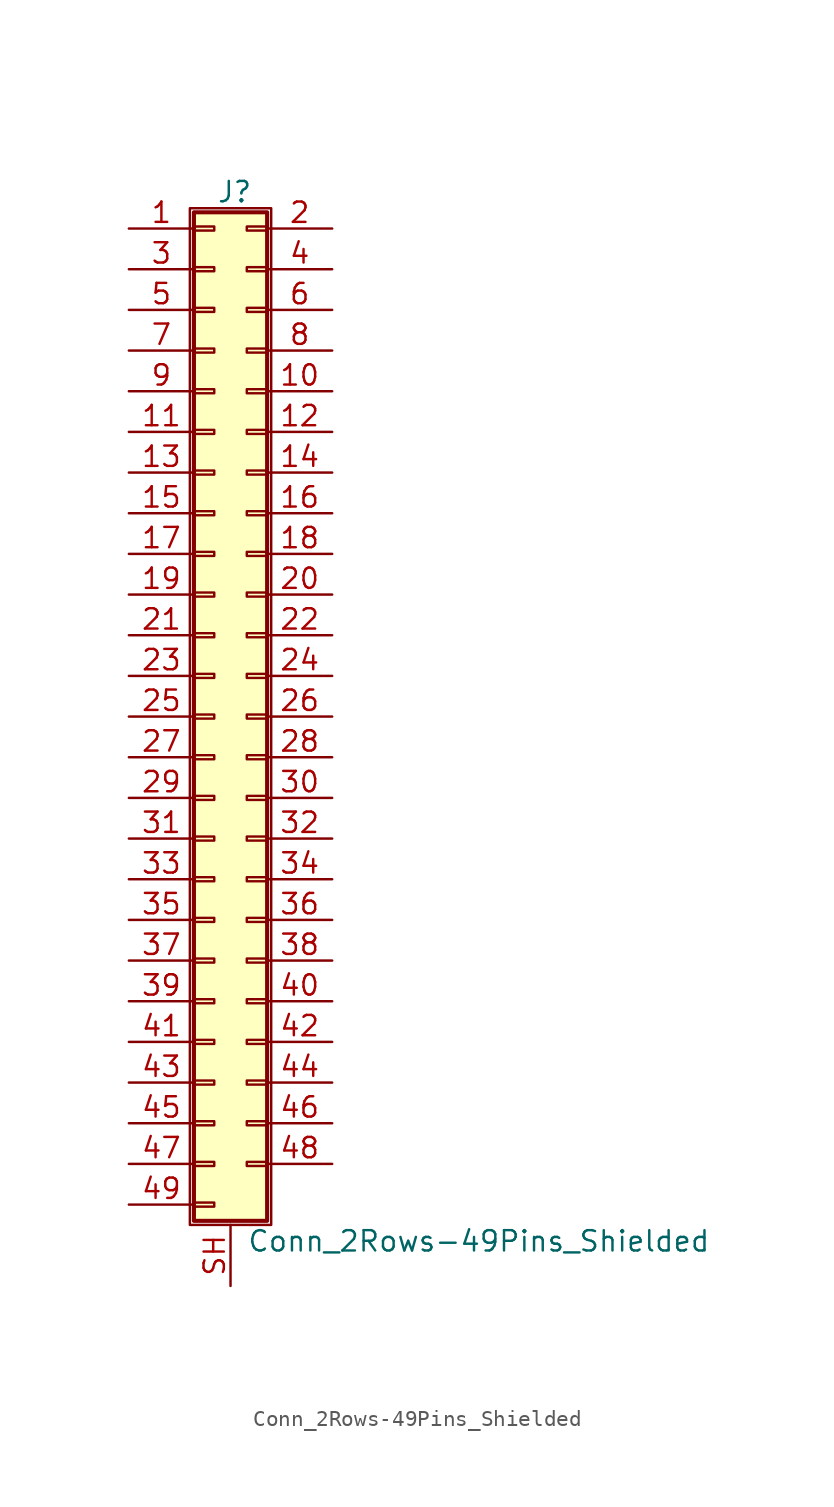
<source format=kicad_sym>
(kicad_symbol_lib
  (version 20200908)
  (generator kicad_symbol_editor)
  (symbol "Connector_Generic_Shielded:Conn_2Rows-49Pins_Shielded"
    (pin_names
      (offset 1.016) hide)
    (property "Reference" "J"
      (at 1.524 32.766 0)
      (effects (font (size 1.27 1.27))))
    (property "Value" "Conn_2Rows-49Pins_Shielded"
      (at 2.286 -32.766 0)
      (effects (font (size 1.27 1.27)) (justify left)))
    (symbol "Conn_2Rows-49Pins_Shielded_1_1"
      (rectangle (start -1.016 -27.813) (end 0.254 -28.067) (stroke (width 0.152)) (fill (type none)))
      (rectangle (start -1.016 -30.353) (end 0.254 -30.607) (stroke (width 0.152)) (fill (type none)))
      (rectangle (start -1.016 -4.953) (end 0.254 -5.207) (stroke (width 0.152)) (fill (type none)))
      (rectangle (start -1.016 -7.493) (end 0.254 -7.747) (stroke (width 0.152)) (fill (type none)))
      (rectangle (start -1.016 -10.033) (end 0.254 -10.287) (stroke (width 0.152)) (fill (type none)))
      (rectangle (start -1.016 -12.573) (end 0.254 -12.827) (stroke (width 0.152)) (fill (type none)))
      (rectangle (start -1.016 -15.113) (end 0.254 -15.367) (stroke (width 0.152)) (fill (type none)))
      (rectangle (start -1.016 -17.653) (end 0.254 -17.907) (stroke (width 0.152)) (fill (type none)))
      (rectangle (start -1.016 -20.193) (end 0.254 -20.447) (stroke (width 0.152)) (fill (type none)))
      (rectangle (start -1.016 -22.733) (end 0.254 -22.987) (stroke (width 0.152)) (fill (type none)))
      (rectangle (start -1.016 -2.413) (end 0.254 -2.667) (stroke (width 0.152)) (fill (type none)))
      (rectangle (start -1.016 -25.273) (end 0.254 -25.527) (stroke (width 0.152)) (fill (type none)))
      (rectangle (start -1.016 25.527) (end 0.254 25.273) (stroke (width 0.152)) (fill (type none)))
      (rectangle (start -1.016 2.667) (end 0.254 2.413) (stroke (width 0.152)) (fill (type none)))
      (rectangle (start -1.016 28.067) (end 0.254 27.813) (stroke (width 0.152)) (fill (type none)))
      (rectangle (start -1.016 30.607) (end 0.254 30.353) (stroke (width 0.152)) (fill (type none)))
      (rectangle (start -1.016 31.496) (end 3.556 -31.496) (stroke (width 0.254)) (fill (type background)))
      (rectangle (start -1.016 5.207) (end 0.254 4.953) (stroke (width 0.152)) (fill (type none)))
      (rectangle (start -1.016 7.747) (end 0.254 7.493) (stroke (width 0.152)) (fill (type none)))
      (rectangle (start -1.016 10.287) (end 0.254 10.033) (stroke (width 0.152)) (fill (type none)))
      (rectangle (start -1.016 0.127) (end 0.254 -0.127) (stroke (width 0.152)) (fill (type none)))
      (rectangle (start -1.016 12.827) (end 0.254 12.573) (stroke (width 0.152)) (fill (type none)))
      (rectangle (start -1.016 15.367) (end 0.254 15.113) (stroke (width 0.152)) (fill (type none)))
      (rectangle (start -1.016 17.907) (end 0.254 17.653) (stroke (width 0.152)) (fill (type none)))
      (rectangle (start -1.016 20.447) (end 0.254 20.193) (stroke (width 0.152)) (fill (type none)))
      (rectangle (start -1.016 22.987) (end 0.254 22.733) (stroke (width 0.152)) (fill (type none)))
      (rectangle (start -1.27 31.75) (end 3.81 -31.75) (stroke (width 0.152)) (fill (type none)))
      (rectangle (start 3.556 -27.813) (end 2.286 -28.067) (stroke (width 0.152)) (fill (type none)))
      (rectangle (start 3.556 -4.953) (end 2.286 -5.207) (stroke (width 0.152)) (fill (type none)))
      (rectangle (start 3.556 -7.493) (end 2.286 -7.747) (stroke (width 0.152)) (fill (type none)))
      (rectangle (start 3.556 -10.033) (end 2.286 -10.287) (stroke (width 0.152)) (fill (type none)))
      (rectangle (start 3.556 -12.573) (end 2.286 -12.827) (stroke (width 0.152)) (fill (type none)))
      (rectangle (start 3.556 -15.113) (end 2.286 -15.367) (stroke (width 0.152)) (fill (type none)))
      (rectangle (start 3.556 -17.653) (end 2.286 -17.907) (stroke (width 0.152)) (fill (type none)))
      (rectangle (start 3.556 -20.193) (end 2.286 -20.447) (stroke (width 0.152)) (fill (type none)))
      (rectangle (start 3.556 -22.733) (end 2.286 -22.987) (stroke (width 0.152)) (fill (type none)))
      (rectangle (start 3.556 -2.413) (end 2.286 -2.667) (stroke (width 0.152)) (fill (type none)))
      (rectangle (start 3.556 -25.273) (end 2.286 -25.527) (stroke (width 0.152)) (fill (type none)))
      (rectangle (start 3.556 25.527) (end 2.286 25.273) (stroke (width 0.152)) (fill (type none)))
      (rectangle (start 3.556 2.667) (end 2.286 2.413) (stroke (width 0.152)) (fill (type none)))
      (rectangle (start 3.556 28.067) (end 2.286 27.813) (stroke (width 0.152)) (fill (type none)))
      (rectangle (start 3.556 30.607) (end 2.286 30.353) (stroke (width 0.152)) (fill (type none)))
      (rectangle (start 3.556 5.207) (end 2.286 4.953) (stroke (width 0.152)) (fill (type none)))
      (rectangle (start 3.556 7.747) (end 2.286 7.493) (stroke (width 0.152)) (fill (type none)))
      (rectangle (start 3.556 10.287) (end 2.286 10.033) (stroke (width 0.152)) (fill (type none)))
      (rectangle (start 3.556 0.127) (end 2.286 -0.127) (stroke (width 0.152)) (fill (type none)))
      (rectangle (start 3.556 12.827) (end 2.286 12.573) (stroke (width 0.152)) (fill (type none)))
      (rectangle (start 3.556 15.367) (end 2.286 15.113) (stroke (width 0.152)) (fill (type none)))
      (rectangle (start 3.556 17.907) (end 2.286 17.653) (stroke (width 0.152)) (fill (type none)))
      (rectangle (start 3.556 20.447) (end 2.286 20.193) (stroke (width 0.152)) (fill (type none)))
      (rectangle (start 3.556 22.987) (end 2.286 22.733) (stroke (width 0.152)) (fill (type none)))
      (pin passive line (at -5.08 30.48 0) (length 4.064) (name "Pin_1" (effects (font (size 1.27 1.27)))) (number "1" (effects (font (size 1.27 1.27)))))
      (pin passive line (at 7.62 20.32 180) (length 4.064) (name "Pin_10" (effects (font (size 1.27 1.27)))) (number "10" (effects (font (size 1.27 1.27)))))
      (pin passive line (at -5.08 17.78 0) (length 4.064) (name "Pin_11" (effects (font (size 1.27 1.27)))) (number "11" (effects (font (size 1.27 1.27)))))
      (pin passive line (at 7.62 17.78 180) (length 4.064) (name "Pin_12" (effects (font (size 1.27 1.27)))) (number "12" (effects (font (size 1.27 1.27)))))
      (pin passive line (at -5.08 15.24 0) (length 4.064) (name "Pin_13" (effects (font (size 1.27 1.27)))) (number "13" (effects (font (size 1.27 1.27)))))
      (pin passive line (at 7.62 15.24 180) (length 4.064) (name "Pin_14" (effects (font (size 1.27 1.27)))) (number "14" (effects (font (size 1.27 1.27)))))
      (pin passive line (at -5.08 12.7 0) (length 4.064) (name "Pin_15" (effects (font (size 1.27 1.27)))) (number "15" (effects (font (size 1.27 1.27)))))
      (pin passive line (at 7.62 12.7 180) (length 4.064) (name "Pin_16" (effects (font (size 1.27 1.27)))) (number "16" (effects (font (size 1.27 1.27)))))
      (pin passive line (at -5.08 10.16 0) (length 4.064) (name "Pin_17" (effects (font (size 1.27 1.27)))) (number "17" (effects (font (size 1.27 1.27)))))
      (pin passive line (at 7.62 10.16 180) (length 4.064) (name "Pin_18" (effects (font (size 1.27 1.27)))) (number "18" (effects (font (size 1.27 1.27)))))
      (pin passive line (at -5.08 7.62 0) (length 4.064) (name "Pin_19" (effects (font (size 1.27 1.27)))) (number "19" (effects (font (size 1.27 1.27)))))
      (pin passive line (at 7.62 30.48 180) (length 4.064) (name "Pin_2" (effects (font (size 1.27 1.27)))) (number "2" (effects (font (size 1.27 1.27)))))
      (pin passive line (at 7.62 7.62 180) (length 4.064) (name "Pin_20" (effects (font (size 1.27 1.27)))) (number "20" (effects (font (size 1.27 1.27)))))
      (pin passive line (at -5.08 5.08 0) (length 4.064) (name "Pin_21" (effects (font (size 1.27 1.27)))) (number "21" (effects (font (size 1.27 1.27)))))
      (pin passive line (at 7.62 5.08 180) (length 4.064) (name "Pin_22" (effects (font (size 1.27 1.27)))) (number "22" (effects (font (size 1.27 1.27)))))
      (pin passive line (at -5.08 2.54 0) (length 4.064) (name "Pin_23" (effects (font (size 1.27 1.27)))) (number "23" (effects (font (size 1.27 1.27)))))
      (pin passive line (at 7.62 2.54 180) (length 4.064) (name "Pin_24" (effects (font (size 1.27 1.27)))) (number "24" (effects (font (size 1.27 1.27)))))
      (pin passive line (at -5.08 0 0) (length 4.064) (name "Pin_25" (effects (font (size 1.27 1.27)))) (number "25" (effects (font (size 1.27 1.27)))))
      (pin passive line (at 7.62 0 180) (length 4.064) (name "Pin_26" (effects (font (size 1.27 1.27)))) (number "26" (effects (font (size 1.27 1.27)))))
      (pin passive line (at -5.08 -2.54 0) (length 4.064) (name "Pin_27" (effects (font (size 1.27 1.27)))) (number "27" (effects (font (size 1.27 1.27)))))
      (pin passive line (at 7.62 -2.54 180) (length 4.064) (name "Pin_28" (effects (font (size 1.27 1.27)))) (number "28" (effects (font (size 1.27 1.27)))))
      (pin passive line (at -5.08 -5.08 0) (length 4.064) (name "Pin_29" (effects (font (size 1.27 1.27)))) (number "29" (effects (font (size 1.27 1.27)))))
      (pin passive line (at -5.08 27.94 0) (length 4.064) (name "Pin_3" (effects (font (size 1.27 1.27)))) (number "3" (effects (font (size 1.27 1.27)))))
      (pin passive line (at 7.62 -5.08 180) (length 4.064) (name "Pin_30" (effects (font (size 1.27 1.27)))) (number "30" (effects (font (size 1.27 1.27)))))
      (pin passive line (at -5.08 -7.62 0) (length 4.064) (name "Pin_31" (effects (font (size 1.27 1.27)))) (number "31" (effects (font (size 1.27 1.27)))))
      (pin passive line (at 7.62 -7.62 180) (length 4.064) (name "Pin_32" (effects (font (size 1.27 1.27)))) (number "32" (effects (font (size 1.27 1.27)))))
      (pin passive line (at -5.08 -10.16 0) (length 4.064) (name "Pin_33" (effects (font (size 1.27 1.27)))) (number "33" (effects (font (size 1.27 1.27)))))
      (pin passive line (at 7.62 -10.16 180) (length 4.064) (name "Pin_34" (effects (font (size 1.27 1.27)))) (number "34" (effects (font (size 1.27 1.27)))))
      (pin passive line (at -5.08 -12.7 0) (length 4.064) (name "Pin_35" (effects (font (size 1.27 1.27)))) (number "35" (effects (font (size 1.27 1.27)))))
      (pin passive line (at 7.62 -12.7 180) (length 4.064) (name "Pin_36" (effects (font (size 1.27 1.27)))) (number "36" (effects (font (size 1.27 1.27)))))
      (pin passive line (at -5.08 -15.24 0) (length 4.064) (name "Pin_37" (effects (font (size 1.27 1.27)))) (number "37" (effects (font (size 1.27 1.27)))))
      (pin passive line (at 7.62 -15.24 180) (length 4.064) (name "Pin_38" (effects (font (size 1.27 1.27)))) (number "38" (effects (font (size 1.27 1.27)))))
      (pin passive line (at -5.08 -17.78 0) (length 4.064) (name "Pin_39" (effects (font (size 1.27 1.27)))) (number "39" (effects (font (size 1.27 1.27)))))
      (pin passive line (at 7.62 27.94 180) (length 4.064) (name "Pin_4" (effects (font (size 1.27 1.27)))) (number "4" (effects (font (size 1.27 1.27)))))
      (pin passive line (at 7.62 -17.78 180) (length 4.064) (name "Pin_40" (effects (font (size 1.27 1.27)))) (number "40" (effects (font (size 1.27 1.27)))))
      (pin passive line (at -5.08 -20.32 0) (length 4.064) (name "Pin_41" (effects (font (size 1.27 1.27)))) (number "41" (effects (font (size 1.27 1.27)))))
      (pin passive line (at 7.62 -20.32 180) (length 4.064) (name "Pin_42" (effects (font (size 1.27 1.27)))) (number "42" (effects (font (size 1.27 1.27)))))
      (pin passive line (at -5.08 -22.86 0) (length 4.064) (name "Pin_43" (effects (font (size 1.27 1.27)))) (number "43" (effects (font (size 1.27 1.27)))))
      (pin passive line (at 7.62 -22.86 180) (length 4.064) (name "Pin_44" (effects (font (size 1.27 1.27)))) (number "44" (effects (font (size 1.27 1.27)))))
      (pin passive line (at -5.08 -25.4 0) (length 4.064) (name "Pin_45" (effects (font (size 1.27 1.27)))) (number "45" (effects (font (size 1.27 1.27)))))
      (pin passive line (at 7.62 -25.4 180) (length 4.064) (name "Pin_46" (effects (font (size 1.27 1.27)))) (number "46" (effects (font (size 1.27 1.27)))))
      (pin passive line (at -5.08 -27.94 0) (length 4.064) (name "Pin_47" (effects (font (size 1.27 1.27)))) (number "47" (effects (font (size 1.27 1.27)))))
      (pin passive line (at 7.62 -27.94 180) (length 4.064) (name "Pin_48" (effects (font (size 1.27 1.27)))) (number "48" (effects (font (size 1.27 1.27)))))
      (pin passive line (at -5.08 -30.48 0) (length 4.064) (name "Pin_49" (effects (font (size 1.27 1.27)))) (number "49" (effects (font (size 1.27 1.27)))))
      (pin passive line (at -5.08 25.4 0) (length 4.064) (name "Pin_5" (effects (font (size 1.27 1.27)))) (number "5" (effects (font (size 1.27 1.27)))))
      (pin passive line (at 7.62 25.4 180) (length 4.064) (name "Pin_6" (effects (font (size 1.27 1.27)))) (number "6" (effects (font (size 1.27 1.27)))))
      (pin passive line (at -5.08 22.86 0) (length 4.064) (name "Pin_7" (effects (font (size 1.27 1.27)))) (number "7" (effects (font (size 1.27 1.27)))))
      (pin passive line (at 7.62 22.86 180) (length 4.064) (name "Pin_8" (effects (font (size 1.27 1.27)))) (number "8" (effects (font (size 1.27 1.27)))))
      (pin passive line (at -5.08 20.32 0) (length 4.064) (name "Pin_9" (effects (font (size 1.27 1.27)))) (number "9" (effects (font (size 1.27 1.27)))))
      (pin passive line (at 1.27 -35.56 90) (length 3.81) (name "Shield" (effects (font (size 1.27 1.27)))) (number "SH" (effects (font (size 1.27 1.27))))))))
</source>
